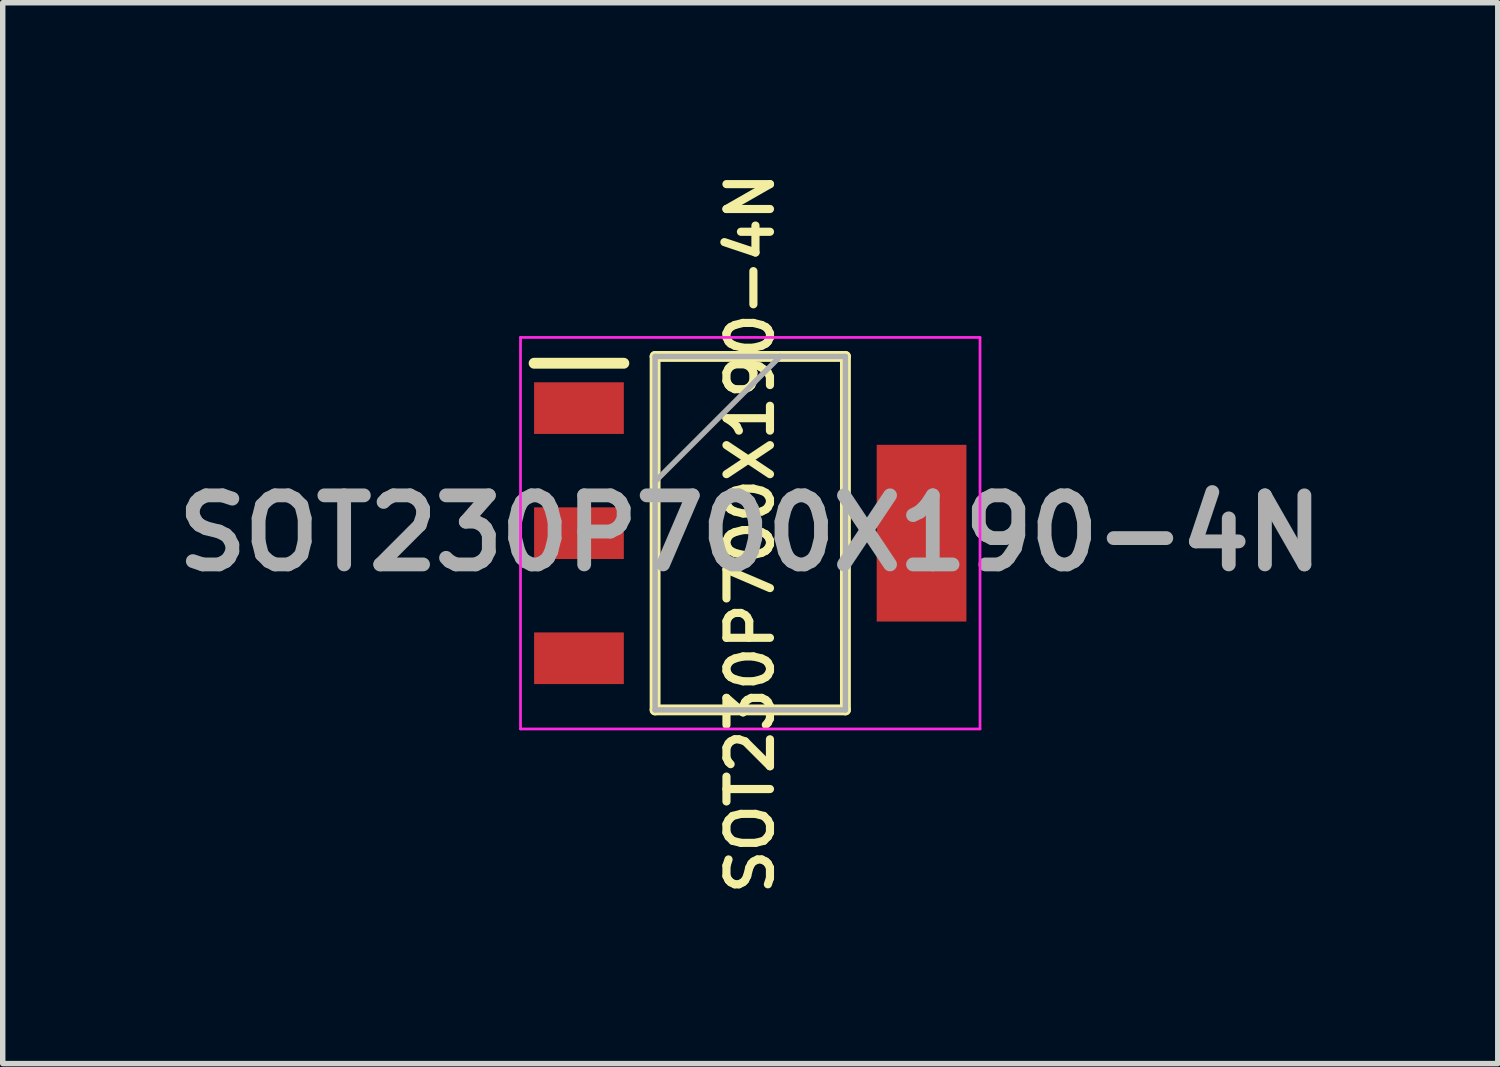
<source format=kicad_pcb>
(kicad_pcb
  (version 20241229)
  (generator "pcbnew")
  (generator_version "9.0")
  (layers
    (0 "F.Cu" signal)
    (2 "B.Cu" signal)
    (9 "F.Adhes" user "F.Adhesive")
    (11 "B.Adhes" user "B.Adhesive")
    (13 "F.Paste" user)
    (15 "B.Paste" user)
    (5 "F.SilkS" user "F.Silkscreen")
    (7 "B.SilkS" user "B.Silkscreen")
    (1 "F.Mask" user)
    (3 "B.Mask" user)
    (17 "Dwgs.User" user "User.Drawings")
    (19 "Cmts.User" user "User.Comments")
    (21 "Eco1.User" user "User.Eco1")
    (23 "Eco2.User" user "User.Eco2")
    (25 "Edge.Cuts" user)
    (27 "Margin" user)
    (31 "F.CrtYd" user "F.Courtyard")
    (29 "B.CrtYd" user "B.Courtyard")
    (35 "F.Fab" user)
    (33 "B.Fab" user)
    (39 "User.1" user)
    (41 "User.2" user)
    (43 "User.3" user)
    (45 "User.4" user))
  (footprint "SOT230P700X190-4N"
    (layer "F.Cu")
    (at 10.747 6.755)
    (property "Reference" "SOT230P700X190-4N" (at 0 0 90) (layer "F.SilkS") (effects (font (size 0.8 0.8) (thickness 0.15) (bold yes))))
    (attr smd)
    (fp_line (start -3.975 -3.125) (end -2.325 -3.125) (stroke (width 0.2) (type solid)) (layer "F.SilkS"))
    (fp_line (start -1.75 -3.25) (end 1.75 -3.25) (stroke (width 0.2) (type solid)) (layer "F.SilkS"))
    (fp_line (start -1.75 3.25) (end -1.75 -3.25) (stroke (width 0.2) (type solid)) (layer "F.SilkS"))
    (fp_line (start 1.75 -3.25) (end 1.75 3.25) (stroke (width 0.2) (type solid)) (layer "F.SilkS"))
    (fp_line (start 1.75 3.25) (end -1.75 3.25) (stroke (width 0.2) (type solid)) (layer "F.SilkS"))
    (fp_line (start -4.225 -3.6) (end 4.225 -3.6) (stroke (width 0.05) (type solid)) (layer "F.CrtYd"))
    (fp_line (start -4.225 3.6) (end -4.225 -3.6) (stroke (width 0.05) (type solid)) (layer "F.CrtYd"))
    (fp_line (start 4.225 -3.6) (end 4.225 3.6) (stroke (width 0.05) (type solid)) (layer "F.CrtYd"))
    (fp_line (start 4.225 3.6) (end -4.225 3.6) (stroke (width 0.05) (type solid)) (layer "F.CrtYd"))
    (fp_line (start -1.75 -3.25) (end 1.75 -3.25) (stroke (width 0.1) (type solid)) (layer "F.Fab"))
    (fp_line (start -1.75 -0.95) (end 0.55 -3.25) (stroke (width 0.1) (type solid)) (layer "F.Fab"))
    (fp_line (start -1.75 3.25) (end -1.75 -3.25) (stroke (width 0.1) (type solid)) (layer "F.Fab"))
    (fp_line (start 1.75 -3.25) (end 1.75 3.25) (stroke (width 0.1) (type solid)) (layer "F.Fab"))
    (fp_line (start 1.75 3.25) (end -1.75 3.25) (stroke (width 0.1) (type solid)) (layer "F.Fab"))
    (fp_text user "${REFERENCE}" (at 0 0 0) (layer "F.Fab") (effects (font (size 1.27 1.27) (thickness 0.254))))
    (pad "1" smd rect (at -3.15 -2.3 90) (size 0.95 1.65) (layers "F.Cu" "F.Mask" "F.Paste"))
    (pad "2" smd rect (at -3.15 0 90) (size 0.95 1.65) (layers "F.Cu" "F.Mask" "F.Paste"))
    (pad "3" smd rect (at -3.15 2.3 90) (size 0.95 1.65) (layers "F.Cu" "F.Mask" "F.Paste"))
    (pad "4" smd rect (at 3.15 0) (size 1.65 3.25) (layers "F.Cu" "F.Mask" "F.Paste")))
  (gr_rect
    (start -3 -3)
    (end 24.493 16.509)
    (stroke (width 0.1) (type default))
    (fill no)
    (layer "Edge.Cuts")))
</source>
